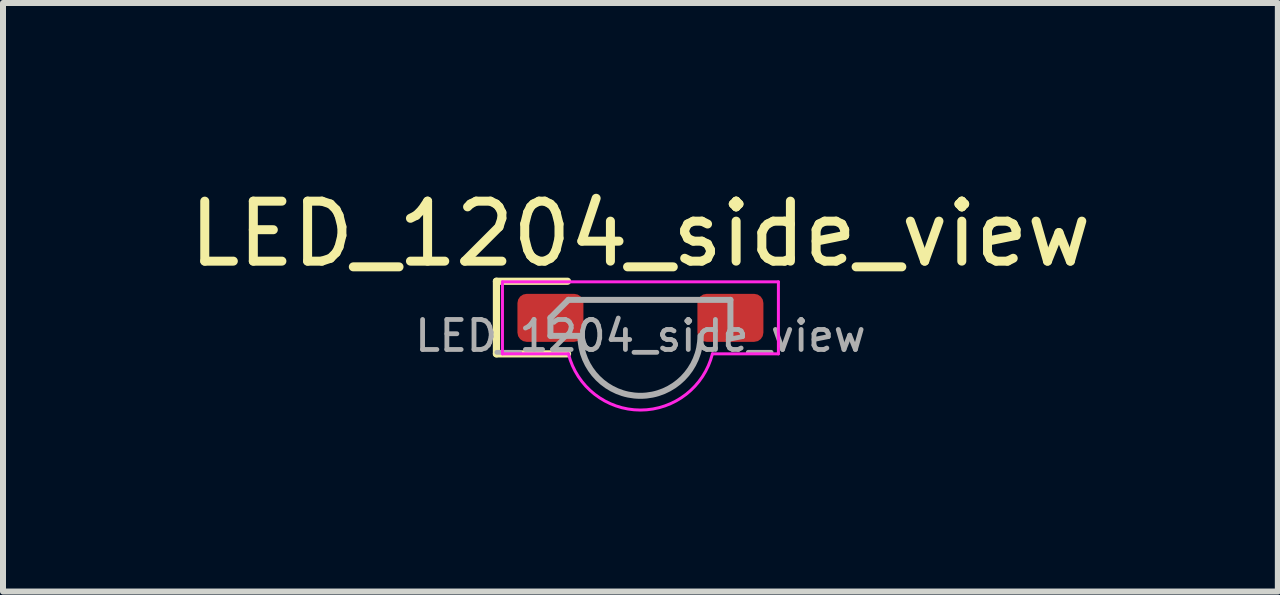
<source format=kicad_pcb>
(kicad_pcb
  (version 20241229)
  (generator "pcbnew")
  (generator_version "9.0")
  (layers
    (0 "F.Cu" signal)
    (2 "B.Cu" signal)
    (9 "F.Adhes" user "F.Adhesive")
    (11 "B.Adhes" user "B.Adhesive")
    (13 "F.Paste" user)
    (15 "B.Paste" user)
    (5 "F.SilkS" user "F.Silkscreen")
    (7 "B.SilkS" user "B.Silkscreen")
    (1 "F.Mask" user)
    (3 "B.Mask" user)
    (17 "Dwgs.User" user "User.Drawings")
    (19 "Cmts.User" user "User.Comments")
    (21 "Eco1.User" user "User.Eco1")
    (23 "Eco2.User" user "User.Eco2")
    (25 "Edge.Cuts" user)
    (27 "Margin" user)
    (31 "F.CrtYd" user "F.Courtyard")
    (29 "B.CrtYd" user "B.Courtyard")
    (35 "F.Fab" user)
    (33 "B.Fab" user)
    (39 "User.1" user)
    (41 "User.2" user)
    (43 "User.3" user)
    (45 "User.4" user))
  (footprint "LED_1204_side_view"
    (layer "F.Cu")
    (at 7.625 2.548)
    (property "Reference" "LED_1204_side_view" (at 0 -1.7 0) (layer "F.SilkS") (effects (font (size 1 1) (thickness 0.15))))
    (attr smd)
    (fp_circle (center 0 0) (end 1 0) (stroke (width 0.12) (type solid)) (fill yes) (layer "F.Mask"))
    (fp_circle (center 0 0) (end 1 0) (stroke (width 0.12) (type solid)) (fill yes) (layer "B.Mask"))
    (fp_line (start -2.4 -0.91) (end -2.4 0.3) (stroke (width 0.12) (type solid)) (layer "F.SilkS"))
    (fp_line (start -2.4 0.3) (end -1.215 0.3) (stroke (width 0.12) (type solid)) (layer "F.SilkS"))
    (fp_line (start -1.215 -0.91) (end -2.4 -0.91) (stroke (width 0.12) (type solid)) (layer "F.SilkS"))
    (fp_circle (center 0 0) (end 0.6 0) (stroke (width 0.1) (type solid)) (fill no) (layer "Margin"))
    (fp_line (start -2.3 -0.9) (end 2.3 -0.9) (stroke (width 0.05) (type solid)) (layer "F.CrtYd"))
    (fp_line (start -2.3 0.3) (end -2.3 -0.9) (stroke (width 0.05) (type solid)) (layer "F.CrtYd"))
    (fp_line (start -2.3 0.3) (end -1.2 0.3) (stroke (width 0.05) (type solid)) (layer "F.CrtYd"))
    (fp_line (start 1.2 0.3) (end 2.3 0.3) (stroke (width 0.05) (type solid)) (layer "F.CrtYd"))
    (fp_line (start 2.3 -0.9) (end 2.3 0.3) (stroke (width 0.05) (type solid)) (layer "F.CrtYd"))
    (fp_arc (start 1.2 0.3) (mid 0 1.236932) (end -1.2 0.3) (stroke (width 0.05) (type solid)) (layer "F.CrtYd"))
    (fp_line (start -1.5 -0.3) (end -1.5 0) (stroke (width 0.1) (type solid)) (layer "F.Fab"))
    (fp_line (start -1.5 0) (end -1 0) (stroke (width 0.1) (type solid)) (layer "F.Fab"))
    (fp_line (start -1.2 -0.6) (end -1.5 -0.3) (stroke (width 0.1) (type solid)) (layer "F.Fab"))
    (fp_line (start 1.5 -0.6) (end -1.2 -0.6) (stroke (width 0.1) (type solid)) (layer "F.Fab"))
    (fp_line (start 1.5 0) (end 1.5 -0.6) (stroke (width 0.1) (type solid)) (layer "F.Fab"))
    (fp_arc (start 1 0) (mid 0 1) (end -1 0) (stroke (width 0.1) (type solid)) (layer "F.Fab"))
    (fp_text user "${REFERENCE}" (at 0 0 0) (layer "F.Fab") (effects (font (size 0.5 0.5) (thickness 0.08))))
    (pad "1" smd roundrect (at -1.5 -0.3) (size 1.1 0.8) (layers "F.Cu" "F.Mask" "F.Paste") (roundrect_rratio 0.192))
    (pad "2" smd roundrect (at 1.5 -0.3) (size 1.1 0.8) (layers "F.Cu" "F.Mask" "F.Paste") (roundrect_rratio 0.192)))
  (gr_rect
    (start -3 -3)
    (end 18.25 6.81)
    (stroke (width 0.1) (type default))
    (fill no)
    (layer "Edge.Cuts")))
</source>
